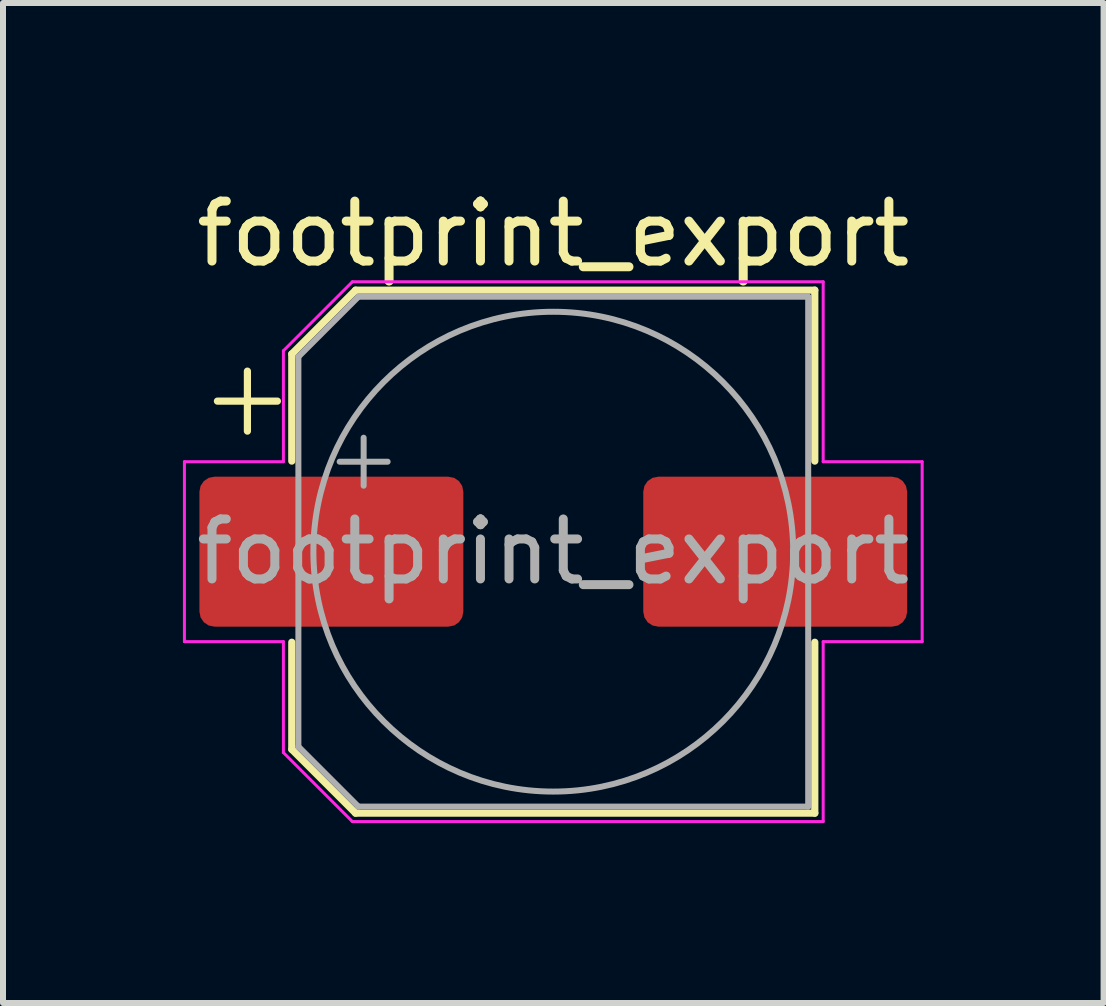
<source format=kicad_pcb>
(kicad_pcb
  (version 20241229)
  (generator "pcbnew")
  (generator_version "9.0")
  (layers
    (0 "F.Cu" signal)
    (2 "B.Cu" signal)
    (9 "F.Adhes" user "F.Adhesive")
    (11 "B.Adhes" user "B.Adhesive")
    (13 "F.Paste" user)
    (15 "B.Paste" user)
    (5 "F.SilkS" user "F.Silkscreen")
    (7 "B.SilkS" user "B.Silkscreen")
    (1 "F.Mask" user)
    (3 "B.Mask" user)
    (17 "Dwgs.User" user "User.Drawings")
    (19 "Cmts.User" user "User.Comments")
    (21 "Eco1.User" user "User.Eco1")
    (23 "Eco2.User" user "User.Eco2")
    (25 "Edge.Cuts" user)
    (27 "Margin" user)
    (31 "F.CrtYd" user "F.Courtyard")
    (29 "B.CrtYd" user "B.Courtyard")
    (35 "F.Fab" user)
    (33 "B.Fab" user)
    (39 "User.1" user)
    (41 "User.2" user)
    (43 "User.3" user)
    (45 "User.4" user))
  (footprint "footprint_export"
    (layer "F.Cu")
    (at 6.175 6.148)
    (property "Reference" "footprint_export" (at 0 -5.3 0) (layer "F.SilkS") (effects (font (size 1 1) (thickness 0.15))))
    (attr smd)
    (fp_line (start -5.6 -2.51) (end -4.6 -2.51) (stroke (width 0.12) (type solid)) (layer "F.SilkS"))
    (fp_line (start -5.1 -3.01) (end -5.1 -2.01) (stroke (width 0.12) (type solid)) (layer "F.SilkS"))
    (fp_line (start -4.36 -3.296) (end -4.36 -1.51) (stroke (width 0.12) (type solid)) (layer "F.SilkS"))
    (fp_line (start -4.36 -3.296) (end -3.296 -4.36) (stroke (width 0.12) (type solid)) (layer "F.SilkS"))
    (fp_line (start -4.36 3.296) (end -4.36 1.51) (stroke (width 0.12) (type solid)) (layer "F.SilkS"))
    (fp_line (start -4.36 3.296) (end -3.296 4.36) (stroke (width 0.12) (type solid)) (layer "F.SilkS"))
    (fp_line (start -3.296 -4.36) (end 4.36 -4.36) (stroke (width 0.12) (type solid)) (layer "F.SilkS"))
    (fp_line (start -3.296 4.36) (end 4.36 4.36) (stroke (width 0.12) (type solid)) (layer "F.SilkS"))
    (fp_line (start 4.36 -4.36) (end 4.36 -1.51) (stroke (width 0.12) (type solid)) (layer "F.SilkS"))
    (fp_line (start 4.36 4.36) (end 4.36 1.51) (stroke (width 0.12) (type solid)) (layer "F.SilkS"))
    (fp_line (start -6.15 -1.5) (end -6.15 1.5) (stroke (width 0.05) (type solid)) (layer "F.CrtYd"))
    (fp_line (start -6.15 1.5) (end -4.5 1.5) (stroke (width 0.05) (type solid)) (layer "F.CrtYd"))
    (fp_line (start -4.5 -3.35) (end -4.5 -1.5) (stroke (width 0.05) (type solid)) (layer "F.CrtYd"))
    (fp_line (start -4.5 -3.35) (end -3.35 -4.5) (stroke (width 0.05) (type solid)) (layer "F.CrtYd"))
    (fp_line (start -4.5 -1.5) (end -6.15 -1.5) (stroke (width 0.05) (type solid)) (layer "F.CrtYd"))
    (fp_line (start -4.5 1.5) (end -4.5 3.35) (stroke (width 0.05) (type solid)) (layer "F.CrtYd"))
    (fp_line (start -4.5 3.35) (end -3.35 4.5) (stroke (width 0.05) (type solid)) (layer "F.CrtYd"))
    (fp_line (start -3.35 -4.5) (end 4.5 -4.5) (stroke (width 0.05) (type solid)) (layer "F.CrtYd"))
    (fp_line (start -3.35 4.5) (end 4.5 4.5) (stroke (width 0.05) (type solid)) (layer "F.CrtYd"))
    (fp_line (start 4.5 -4.5) (end 4.5 -1.5) (stroke (width 0.05) (type solid)) (layer "F.CrtYd"))
    (fp_line (start 4.5 -1.5) (end 6.15 -1.5) (stroke (width 0.05) (type solid)) (layer "F.CrtYd"))
    (fp_line (start 4.5 1.5) (end 4.5 4.5) (stroke (width 0.05) (type solid)) (layer "F.CrtYd"))
    (fp_line (start 6.15 -1.5) (end 6.15 1.5) (stroke (width 0.05) (type solid)) (layer "F.CrtYd"))
    (fp_line (start 6.15 1.5) (end 4.5 1.5) (stroke (width 0.05) (type solid)) (layer "F.CrtYd"))
    (fp_line (start -4.25 -3.25) (end -4.25 3.25) (stroke (width 0.1) (type solid)) (layer "F.Fab"))
    (fp_line (start -4.25 -3.25) (end -3.25 -4.25) (stroke (width 0.1) (type solid)) (layer "F.Fab"))
    (fp_line (start -4.25 3.25) (end -3.25 4.25) (stroke (width 0.1) (type solid)) (layer "F.Fab"))
    (fp_line (start -3.562 -1.5) (end -2.762 -1.5) (stroke (width 0.1) (type solid)) (layer "F.Fab"))
    (fp_line (start -3.25 -4.25) (end 4.25 -4.25) (stroke (width 0.1) (type solid)) (layer "F.Fab"))
    (fp_line (start -3.25 4.25) (end 4.25 4.25) (stroke (width 0.1) (type solid)) (layer "F.Fab"))
    (fp_line (start -3.162 -1.9) (end -3.162 -1.1) (stroke (width 0.1) (type solid)) (layer "F.Fab"))
    (fp_line (start 4.25 -4.25) (end 4.25 4.25) (stroke (width 0.1) (type solid)) (layer "F.Fab"))
    (fp_circle (center 0 0) (end 4 0) (stroke (width 0.1) (type solid)) (fill no) (layer "F.Fab"))
    (fp_text user "${REFERENCE}" (at 0 0 0) (layer "F.Fab") (effects (font (size 1 1) (thickness 0.15))))
    (pad "1" smd roundrect (at -3.7 0) (size 4.4 2.5) (layers "F.Cu" "F.Mask" "F.Paste") (roundrect_rratio 0.1))
    (pad "2" smd roundrect (at 3.7 0) (size 4.4 2.5) (layers "F.Cu" "F.Mask" "F.Paste") (roundrect_rratio 0.1)))
  (gr_rect
    (start -3 -3)
    (end 15.35 13.673)
    (stroke (width 0.1) (type default))
    (fill no)
    (layer "Edge.Cuts")))
</source>
